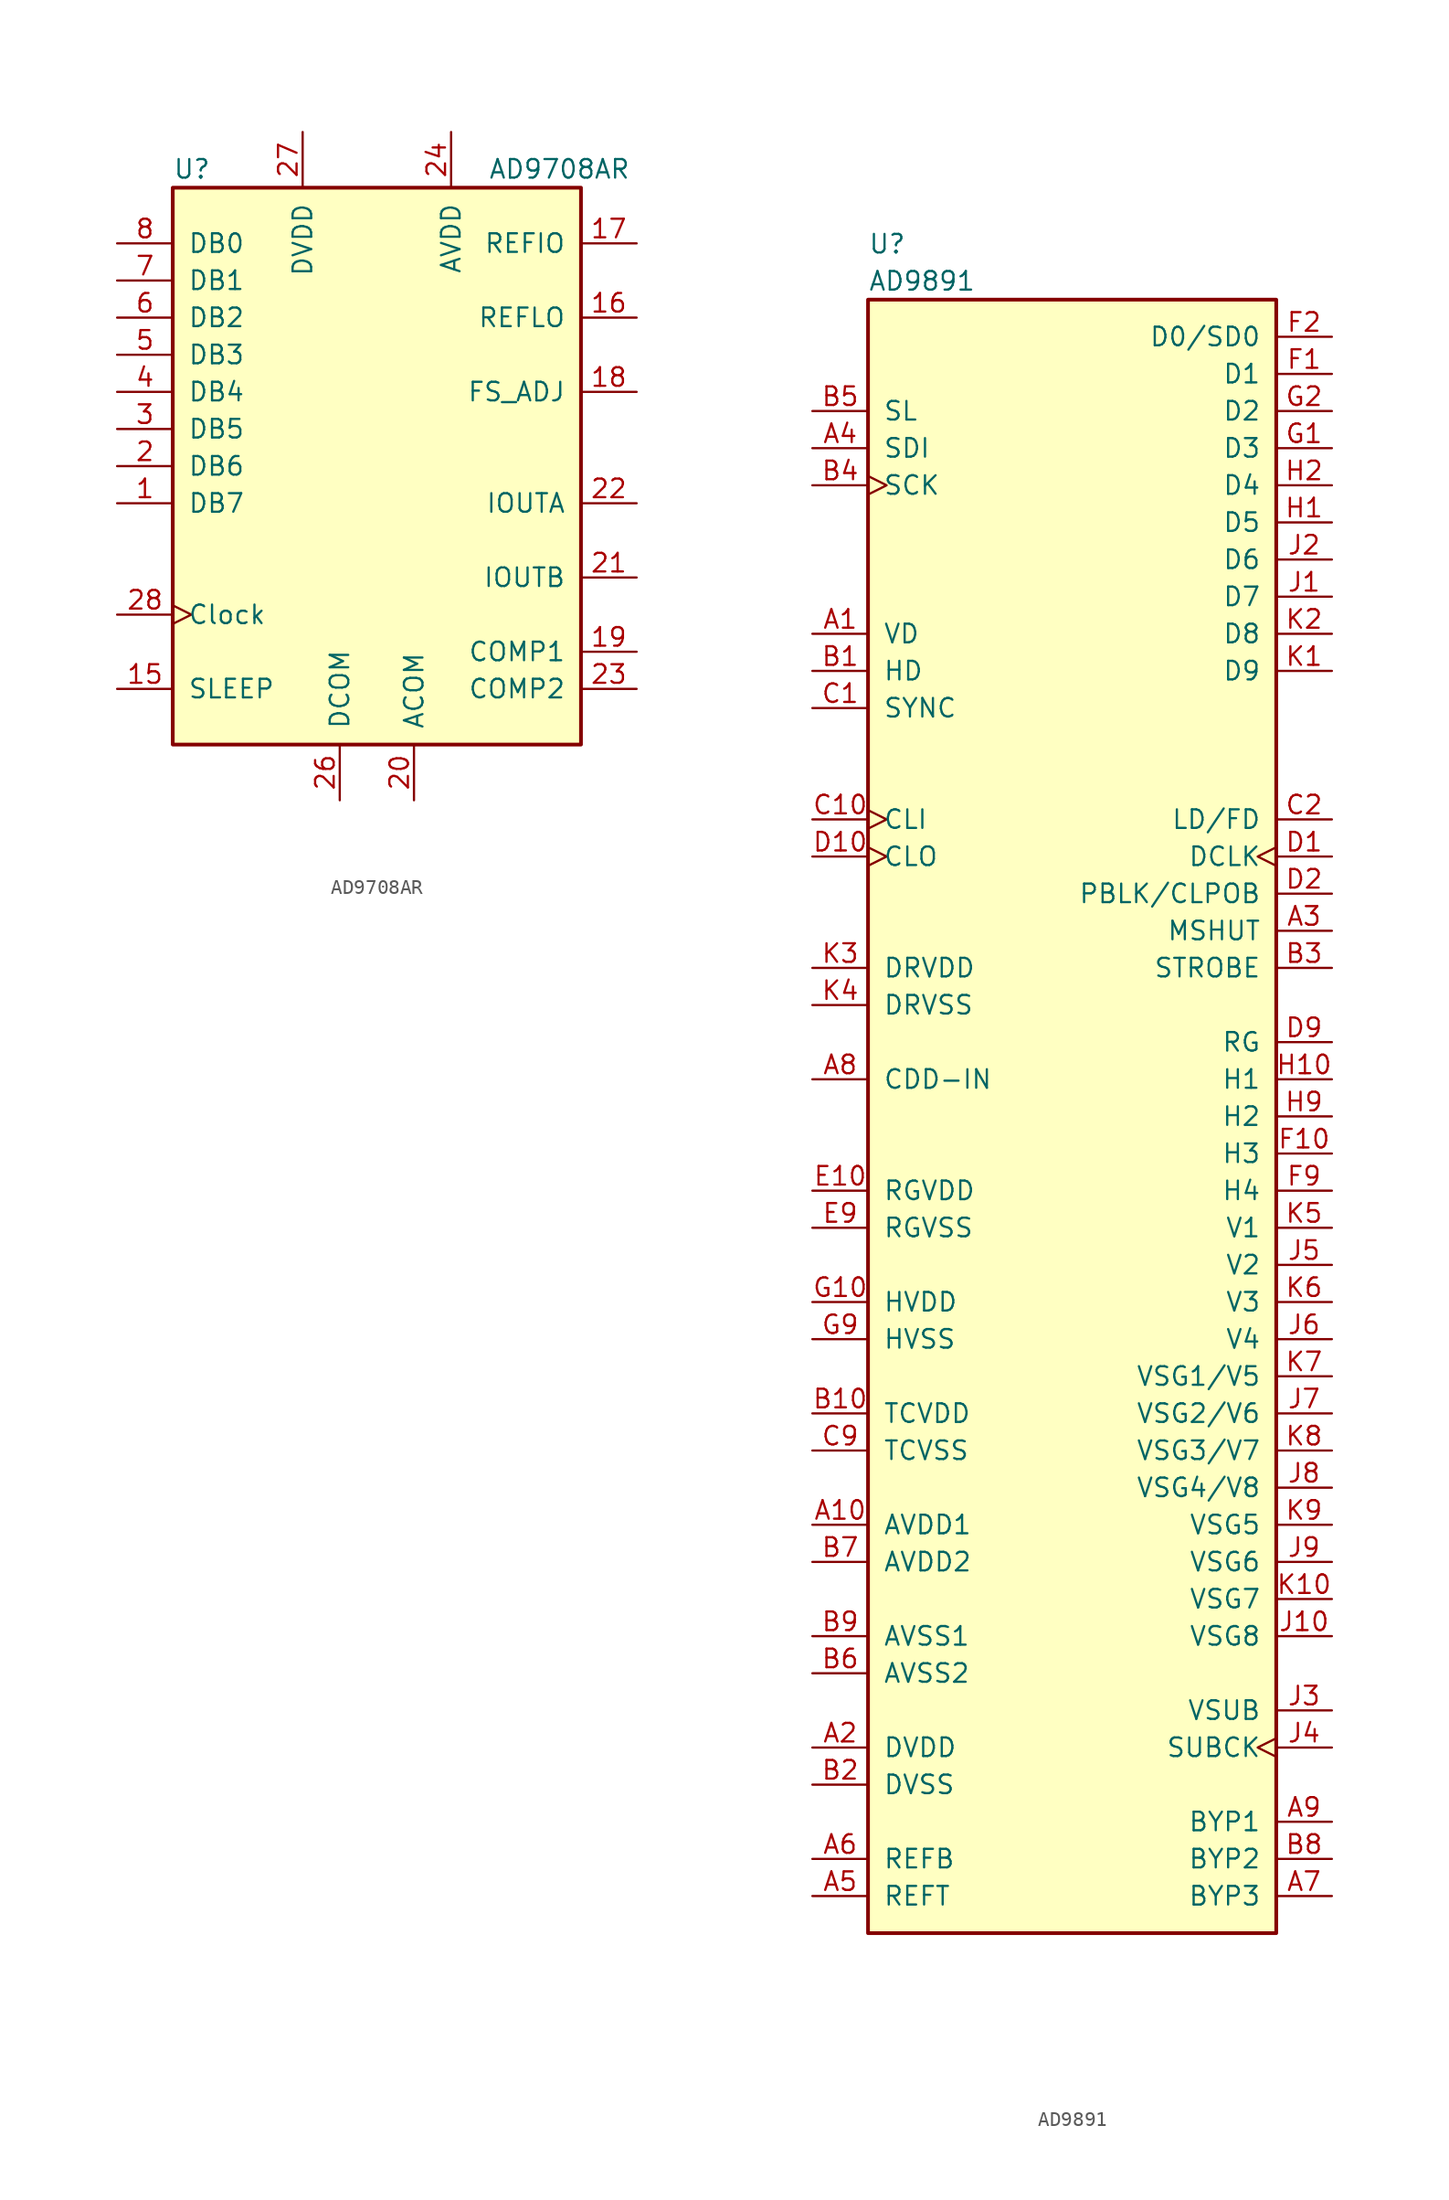
<source format=kicad_sym>
(kicad_symbol_lib
  (version 20220914)
  (generator kicad_symbol_editor)
  (symbol "AD9708AR"
    (pin_names
      (offset 1.016))
    (property "Reference" "U"
      (at -13.97 20.32 0)
      (effects (font (size 1.27 1.27)) (justify left)))
    (property "Value" "AD9708AR"
      (at 7.62 20.32 0)
      (effects (font (size 1.27 1.27)) (justify left)))
    (symbol "AD9708AR_0_1"
      (rectangle (start -13.97 19.05) (end 13.97 -19.05) (stroke (width 0.254) (type default)) (fill (type background))))
    (symbol "AD9708AR_1_1"
      (pin input line (at -17.78 -2.54 0) (length 3.81) (name "DB7" (effects (font (size 1.27 1.27)))) (number "1" (effects (font (size 1.27 1.27)))))
      (pin input line (at -17.78 -15.24 0) (length 3.81) (name "SLEEP" (effects (font (size 1.27 1.27)))) (number "15" (effects (font (size 1.27 1.27)))))
      (pin power_in line (at 17.78 10.16 180) (length 3.81) (name "REFLO" (effects (font (size 1.27 1.27)))) (number "16" (effects (font (size 1.27 1.27)))))
      (pin bidirectional line (at 17.78 15.24 180) (length 3.81) (name "REFIO" (effects (font (size 1.27 1.27)))) (number "17" (effects (font (size 1.27 1.27)))))
      (pin output line (at 17.78 5.08 180) (length 3.81) (name "FS_ADJ" (effects (font (size 1.27 1.27)))) (number "18" (effects (font (size 1.27 1.27)))))
      (pin bidirectional line (at 17.78 -12.7 180) (length 3.81) (name "COMP1" (effects (font (size 1.27 1.27)))) (number "19" (effects (font (size 1.27 1.27)))))
      (pin input line (at -17.78 0 0) (length 3.81) (name "DB6" (effects (font (size 1.27 1.27)))) (number "2" (effects (font (size 1.27 1.27)))))
      (pin power_in line (at 2.54 -22.86 90) (length 3.81) (name "ACOM" (effects (font (size 1.27 1.27)))) (number "20" (effects (font (size 1.27 1.27)))))
      (pin output line (at 17.78 -7.62 180) (length 3.81) (name "IOUTB" (effects (font (size 1.27 1.27)))) (number "21" (effects (font (size 1.27 1.27)))))
      (pin output line (at 17.78 -2.54 180) (length 3.81) (name "IOUTA" (effects (font (size 1.27 1.27)))) (number "22" (effects (font (size 1.27 1.27)))))
      (pin bidirectional line (at 17.78 -15.24 180) (length 3.81) (name "COMP2" (effects (font (size 1.27 1.27)))) (number "23" (effects (font (size 1.27 1.27)))))
      (pin power_in line (at 5.08 22.86 270) (length 3.81) (name "AVDD" (effects (font (size 1.27 1.27)))) (number "24" (effects (font (size 1.27 1.27)))))
      (pin power_in line (at -2.54 -22.86 90) (length 3.81) (name "DCOM" (effects (font (size 1.27 1.27)))) (number "26" (effects (font (size 1.27 1.27)))))
      (pin power_in line (at -5.08 22.86 270) (length 3.81) (name "DVDD" (effects (font (size 1.27 1.27)))) (number "27" (effects (font (size 1.27 1.27)))))
      (pin input clock (at -17.78 -10.16 0) (length 3.81) (name "Clock" (effects (font (size 1.27 1.27)))) (number "28" (effects (font (size 1.27 1.27)))))
      (pin input line (at -17.78 2.54 0) (length 3.81) (name "DB5" (effects (font (size 1.27 1.27)))) (number "3" (effects (font (size 1.27 1.27)))))
      (pin input line (at -17.78 5.08 0) (length 3.81) (name "DB4" (effects (font (size 1.27 1.27)))) (number "4" (effects (font (size 1.27 1.27)))))
      (pin input line (at -17.78 7.62 0) (length 3.81) (name "DB3" (effects (font (size 1.27 1.27)))) (number "5" (effects (font (size 1.27 1.27)))))
      (pin input line (at -17.78 10.16 0) (length 3.81) (name "DB2" (effects (font (size 1.27 1.27)))) (number "6" (effects (font (size 1.27 1.27)))))
      (pin input line (at -17.78 12.7 0) (length 3.81) (name "DB1" (effects (font (size 1.27 1.27)))) (number "7" (effects (font (size 1.27 1.27)))))
      (pin input line (at -17.78 15.24 0) (length 3.81) (name "DB0" (effects (font (size 1.27 1.27)))) (number "8" (effects (font (size 1.27 1.27)))))))
  (symbol "AD9891"
    (pin_names
      (offset 1.016))
    (property "Reference" "U"
      (at -13.97 59.69 0)
      (effects (font (size 1.27 1.27)) (justify left)))
    (property "Value" "AD9891"
      (at -13.97 57.15 0)
      (effects (font (size 1.27 1.27)) (justify left)))
    (symbol "AD9891_0_1"
      (rectangle (start 13.97 -55.88) (end -13.97 55.88) (stroke (width 0.254) (type default)) (fill (type background))))
    (symbol "AD9891_1_1"
      (pin bidirectional line (at -17.78 33.02 0) (length 3.81) (name "VD" (effects (font (size 1.27 1.27)))) (number "A1" (effects (font (size 1.27 1.27)))))
      (pin power_in line (at -17.78 -27.94 0) (length 3.81) (name "AVDD1" (effects (font (size 1.27 1.27)))) (number "A10" (effects (font (size 1.27 1.27)))))
      (pin power_in line (at -17.78 -43.18 0) (length 3.81) (name "DVDD" (effects (font (size 1.27 1.27)))) (number "A2" (effects (font (size 1.27 1.27)))))
      (pin output line (at 17.78 12.7 180) (length 3.81) (name "MSHUT" (effects (font (size 1.27 1.27)))) (number "A3" (effects (font (size 1.27 1.27)))))
      (pin input line (at -17.78 45.72 0) (length 3.81) (name "SDI" (effects (font (size 1.27 1.27)))) (number "A4" (effects (font (size 1.27 1.27)))))
      (pin output line (at -17.78 -53.34 0) (length 3.81) (name "REFT" (effects (font (size 1.27 1.27)))) (number "A5" (effects (font (size 1.27 1.27)))))
      (pin output line (at -17.78 -50.8 0) (length 3.81) (name "REFB" (effects (font (size 1.27 1.27)))) (number "A6" (effects (font (size 1.27 1.27)))))
      (pin output line (at 17.78 -53.34 180) (length 3.81) (name "BYP3" (effects (font (size 1.27 1.27)))) (number "A7" (effects (font (size 1.27 1.27)))))
      (pin input line (at -17.78 2.54 0) (length 3.81) (name "CDD-IN" (effects (font (size 1.27 1.27)))) (number "A8" (effects (font (size 1.27 1.27)))))
      (pin output line (at 17.78 -48.26 180) (length 3.81) (name "BYP1" (effects (font (size 1.27 1.27)))) (number "A9" (effects (font (size 1.27 1.27)))))
      (pin bidirectional line (at -17.78 30.48 0) (length 3.81) (name "HD" (effects (font (size 1.27 1.27)))) (number "B1" (effects (font (size 1.27 1.27)))))
      (pin power_in line (at -17.78 -20.32 0) (length 3.81) (name "TCVDD" (effects (font (size 1.27 1.27)))) (number "B10" (effects (font (size 1.27 1.27)))))
      (pin power_in line (at -17.78 -45.72 0) (length 3.81) (name "DVSS" (effects (font (size 1.27 1.27)))) (number "B2" (effects (font (size 1.27 1.27)))))
      (pin output line (at 17.78 10.16 180) (length 3.81) (name "STROBE" (effects (font (size 1.27 1.27)))) (number "B3" (effects (font (size 1.27 1.27)))))
      (pin input clock (at -17.78 43.18 0) (length 3.81) (name "SCK" (effects (font (size 1.27 1.27)))) (number "B4" (effects (font (size 1.27 1.27)))))
      (pin input line (at -17.78 48.26 0) (length 3.81) (name "SL" (effects (font (size 1.27 1.27)))) (number "B5" (effects (font (size 1.27 1.27)))))
      (pin power_in line (at -17.78 -38.1 0) (length 3.81) (name "AVSS2" (effects (font (size 1.27 1.27)))) (number "B6" (effects (font (size 1.27 1.27)))))
      (pin power_in line (at -17.78 -30.48 0) (length 3.81) (name "AVDD2" (effects (font (size 1.27 1.27)))) (number "B7" (effects (font (size 1.27 1.27)))))
      (pin output line (at 17.78 -50.8 180) (length 3.81) (name "BYP2" (effects (font (size 1.27 1.27)))) (number "B8" (effects (font (size 1.27 1.27)))))
      (pin power_in line (at -17.78 -35.56 0) (length 3.81) (name "AVSS1" (effects (font (size 1.27 1.27)))) (number "B9" (effects (font (size 1.27 1.27)))))
      (pin input line (at -17.78 27.94 0) (length 3.81) (name "SYNC" (effects (font (size 1.27 1.27)))) (number "C1" (effects (font (size 1.27 1.27)))))
      (pin input clock (at -17.78 20.32 0) (length 3.81) (name "CLI" (effects (font (size 1.27 1.27)))) (number "C10" (effects (font (size 1.27 1.27)))))
      (pin output line (at 17.78 20.32 180) (length 3.81) (name "LD/FD" (effects (font (size 1.27 1.27)))) (number "C2" (effects (font (size 1.27 1.27)))))
      (pin power_in line (at -17.78 -22.86 0) (length 3.81) (name "TCVSS" (effects (font (size 1.27 1.27)))) (number "C9" (effects (font (size 1.27 1.27)))))
      (pin output clock (at 17.78 17.78 180) (length 3.81) (name "DCLK" (effects (font (size 1.27 1.27)))) (number "D1" (effects (font (size 1.27 1.27)))))
      (pin output clock (at -17.78 17.78 0) (length 3.81) (name "CLO" (effects (font (size 1.27 1.27)))) (number "D10" (effects (font (size 1.27 1.27)))))
      (pin output line (at 17.78 15.24 180) (length 3.81) (name "PBLK/CLPOB" (effects (font (size 1.27 1.27)))) (number "D2" (effects (font (size 1.27 1.27)))))
      (pin output line (at 17.78 5.08 180) (length 3.81) (name "RG" (effects (font (size 1.27 1.27)))) (number "D9" (effects (font (size 1.27 1.27)))))
      (pin power_in line (at -17.78 -5.08 0) (length 3.81) (name "RGVDD" (effects (font (size 1.27 1.27)))) (number "E10" (effects (font (size 1.27 1.27)))))
      (pin power_in line (at -17.78 -7.62 0) (length 3.81) (name "RGVSS" (effects (font (size 1.27 1.27)))) (number "E9" (effects (font (size 1.27 1.27)))))
      (pin output line (at 17.78 50.8 180) (length 3.81) (name "D1" (effects (font (size 1.27 1.27)))) (number "F1" (effects (font (size 1.27 1.27)))))
      (pin output line (at 17.78 -2.54 180) (length 3.81) (name "H3" (effects (font (size 1.27 1.27)))) (number "F10" (effects (font (size 1.27 1.27)))))
      (pin output line (at 17.78 53.34 180) (length 3.81) (name "D0/SD0" (effects (font (size 1.27 1.27)))) (number "F2" (effects (font (size 1.27 1.27)))))
      (pin output line (at 17.78 -5.08 180) (length 3.81) (name "H4" (effects (font (size 1.27 1.27)))) (number "F9" (effects (font (size 1.27 1.27)))))
      (pin output line (at 17.78 45.72 180) (length 3.81) (name "D3" (effects (font (size 1.27 1.27)))) (number "G1" (effects (font (size 1.27 1.27)))))
      (pin power_in line (at -17.78 -12.7 0) (length 3.81) (name "HVDD" (effects (font (size 1.27 1.27)))) (number "G10" (effects (font (size 1.27 1.27)))))
      (pin output line (at 17.78 48.26 180) (length 3.81) (name "D2" (effects (font (size 1.27 1.27)))) (number "G2" (effects (font (size 1.27 1.27)))))
      (pin power_in line (at -17.78 -15.24 0) (length 3.81) (name "HVSS" (effects (font (size 1.27 1.27)))) (number "G9" (effects (font (size 1.27 1.27)))))
      (pin output line (at 17.78 40.64 180) (length 3.81) (name "D5" (effects (font (size 1.27 1.27)))) (number "H1" (effects (font (size 1.27 1.27)))))
      (pin output line (at 17.78 2.54 180) (length 3.81) (name "H1" (effects (font (size 1.27 1.27)))) (number "H10" (effects (font (size 1.27 1.27)))))
      (pin output line (at 17.78 43.18 180) (length 3.81) (name "D4" (effects (font (size 1.27 1.27)))) (number "H2" (effects (font (size 1.27 1.27)))))
      (pin output line (at 17.78 0 180) (length 3.81) (name "H2" (effects (font (size 1.27 1.27)))) (number "H9" (effects (font (size 1.27 1.27)))))
      (pin output line (at 17.78 35.56 180) (length 3.81) (name "D7" (effects (font (size 1.27 1.27)))) (number "J1" (effects (font (size 1.27 1.27)))))
      (pin output line (at 17.78 -35.56 180) (length 3.81) (name "VSG8" (effects (font (size 1.27 1.27)))) (number "J10" (effects (font (size 1.27 1.27)))))
      (pin output line (at 17.78 38.1 180) (length 3.81) (name "D6" (effects (font (size 1.27 1.27)))) (number "J2" (effects (font (size 1.27 1.27)))))
      (pin output line (at 17.78 -40.64 180) (length 3.81) (name "VSUB" (effects (font (size 1.27 1.27)))) (number "J3" (effects (font (size 1.27 1.27)))))
      (pin output clock (at 17.78 -43.18 180) (length 3.81) (name "SUBCK" (effects (font (size 1.27 1.27)))) (number "J4" (effects (font (size 1.27 1.27)))))
      (pin output line (at 17.78 -10.16 180) (length 3.81) (name "V2" (effects (font (size 1.27 1.27)))) (number "J5" (effects (font (size 1.27 1.27)))))
      (pin output line (at 17.78 -15.24 180) (length 3.81) (name "V4" (effects (font (size 1.27 1.27)))) (number "J6" (effects (font (size 1.27 1.27)))))
      (pin output line (at 17.78 -20.32 180) (length 3.81) (name "VSG2/V6" (effects (font (size 1.27 1.27)))) (number "J7" (effects (font (size 1.27 1.27)))))
      (pin output line (at 17.78 -25.4 180) (length 3.81) (name "VSG4/V8" (effects (font (size 1.27 1.27)))) (number "J8" (effects (font (size 1.27 1.27)))))
      (pin output line (at 17.78 -30.48 180) (length 3.81) (name "VSG6" (effects (font (size 1.27 1.27)))) (number "J9" (effects (font (size 1.27 1.27)))))
      (pin input line (at 17.78 30.48 180) (length 3.81) (name "D9" (effects (font (size 1.27 1.27)))) (number "K1" (effects (font (size 1.27 1.27)))))
      (pin output line (at 17.78 -33.02 180) (length 3.81) (name "VSG7" (effects (font (size 1.27 1.27)))) (number "K10" (effects (font (size 1.27 1.27)))))
      (pin output line (at 17.78 33.02 180) (length 3.81) (name "D8" (effects (font (size 1.27 1.27)))) (number "K2" (effects (font (size 1.27 1.27)))))
      (pin power_out line (at -17.78 10.16 0) (length 3.81) (name "DRVDD" (effects (font (size 1.27 1.27)))) (number "K3" (effects (font (size 1.27 1.27)))))
      (pin power_out line (at -17.78 7.62 0) (length 3.81) (name "DRVSS" (effects (font (size 1.27 1.27)))) (number "K4" (effects (font (size 1.27 1.27)))))
      (pin output line (at 17.78 -7.62 180) (length 3.81) (name "V1" (effects (font (size 1.27 1.27)))) (number "K5" (effects (font (size 1.27 1.27)))))
      (pin output line (at 17.78 -12.7 180) (length 3.81) (name "V3" (effects (font (size 1.27 1.27)))) (number "K6" (effects (font (size 1.27 1.27)))))
      (pin output line (at 17.78 -17.78 180) (length 3.81) (name "VSG1/V5" (effects (font (size 1.27 1.27)))) (number "K7" (effects (font (size 1.27 1.27)))))
      (pin output line (at 17.78 -22.86 180) (length 3.81) (name "VSG3/V7" (effects (font (size 1.27 1.27)))) (number "K8" (effects (font (size 1.27 1.27)))))
      (pin output line (at 17.78 -27.94 180) (length 3.81) (name "VSG5" (effects (font (size 1.27 1.27)))) (number "K9" (effects (font (size 1.27 1.27))))))))
</source>
